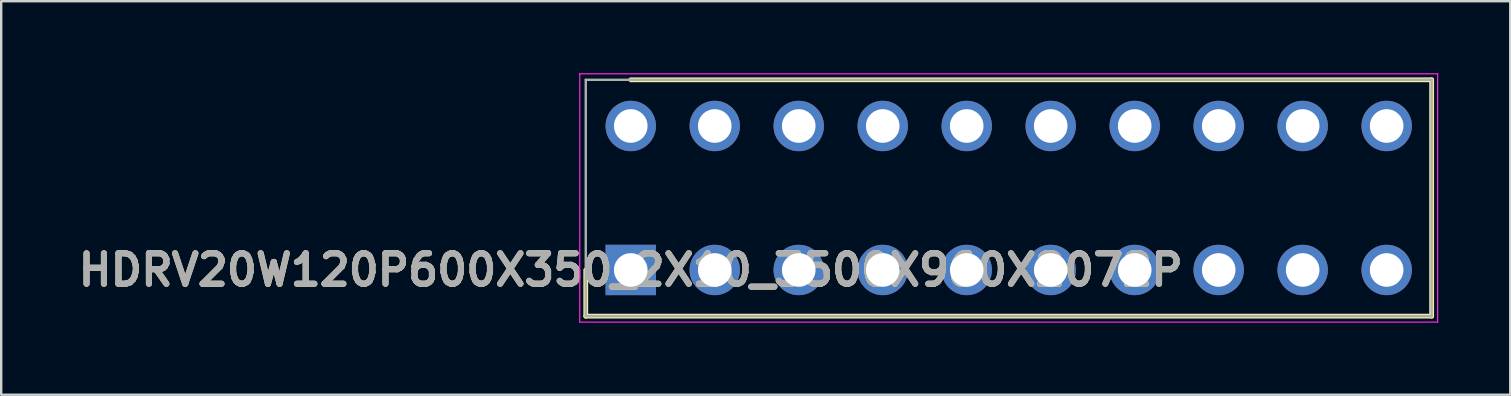
<source format=kicad_pcb>
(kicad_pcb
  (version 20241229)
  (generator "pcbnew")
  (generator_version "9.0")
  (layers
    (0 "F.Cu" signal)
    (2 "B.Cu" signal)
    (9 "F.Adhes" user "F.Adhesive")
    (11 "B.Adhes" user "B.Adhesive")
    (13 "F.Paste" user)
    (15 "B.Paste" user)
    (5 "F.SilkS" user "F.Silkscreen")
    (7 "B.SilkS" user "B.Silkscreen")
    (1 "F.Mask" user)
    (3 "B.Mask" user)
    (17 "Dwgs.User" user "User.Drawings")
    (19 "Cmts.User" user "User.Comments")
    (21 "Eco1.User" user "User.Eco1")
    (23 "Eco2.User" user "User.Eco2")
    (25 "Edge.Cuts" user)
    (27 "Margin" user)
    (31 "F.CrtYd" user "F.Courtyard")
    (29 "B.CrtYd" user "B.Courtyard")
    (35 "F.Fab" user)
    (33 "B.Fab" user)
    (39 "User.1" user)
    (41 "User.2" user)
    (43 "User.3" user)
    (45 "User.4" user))
  (footprint "HDRV20W120P600X350_2X10_3500X960X2072P"
    (layer "F.Cu")
    (at 23.235 8.2)
    (property "Reference" "HDRV20W120P600X350_2X10_3500X960X2072P" (at 0 0 0) (layer "F.SilkS") (effects (font (size 1.27 1.27) (thickness 0.254))))
    (attr through_hole)
    (fp_line (start -1.875 0) (end -1.875 1.925) (stroke (width 0.2) (type solid)) (layer "F.SilkS"))
    (fp_line (start -1.875 1.925) (end 33.375 1.925) (stroke (width 0.2) (type solid)) (layer "F.SilkS"))
    (fp_line (start 33.375 -7.925) (end 0 -7.925) (stroke (width 0.2) (type solid)) (layer "F.SilkS"))
    (fp_line (start 33.375 1.925) (end 33.375 -7.925) (stroke (width 0.2) (type solid)) (layer "F.SilkS"))
    (fp_line (start -2.125 -8.175) (end 33.625 -8.175) (stroke (width 0.05) (type solid)) (layer "F.CrtYd"))
    (fp_line (start -2.125 2.175) (end -2.125 -8.175) (stroke (width 0.05) (type solid)) (layer "F.CrtYd"))
    (fp_line (start 33.625 -8.175) (end 33.625 2.175) (stroke (width 0.05) (type solid)) (layer "F.CrtYd"))
    (fp_line (start 33.625 2.175) (end -2.125 2.175) (stroke (width 0.05) (type solid)) (layer "F.CrtYd"))
    (fp_line (start -1.875 -7.925) (end 33.375 -7.925) (stroke (width 0.1) (type solid)) (layer "F.Fab"))
    (fp_line (start -1.875 1.925) (end -1.875 -7.925) (stroke (width 0.1) (type solid)) (layer "F.Fab"))
    (fp_line (start 33.375 -7.925) (end 33.375 1.925) (stroke (width 0.1) (type solid)) (layer "F.Fab"))
    (fp_line (start 33.375 1.925) (end -1.875 1.925) (stroke (width 0.1) (type solid)) (layer "F.Fab"))
    (fp_text user "${REFERENCE}" (at 0 0 0) (layer "F.Fab") (effects (font (size 1.27 1.27) (thickness 0.254))))
    (pad "1" thru_hole rect (at 0 0) (size 2.1 2.1) (drill 1.4) (layers "*.Cu" "*.Mask"))
    (pad "2" thru_hole circle (at 0 -6) (size 2.1 2.1) (drill 1.4) (layers "*.Cu" "*.Mask"))
    (pad "3" thru_hole circle (at 3.5 0) (size 2.1 2.1) (drill 1.4) (layers "*.Cu" "*.Mask"))
    (pad "4" thru_hole circle (at 3.5 -6) (size 2.1 2.1) (drill 1.4) (layers "*.Cu" "*.Mask"))
    (pad "5" thru_hole circle (at 7 0) (size 2.1 2.1) (drill 1.4) (layers "*.Cu" "*.Mask"))
    (pad "6" thru_hole circle (at 7 -6) (size 2.1 2.1) (drill 1.4) (layers "*.Cu" "*.Mask"))
    (pad "7" thru_hole circle (at 10.5 0) (size 2.1 2.1) (drill 1.4) (layers "*.Cu" "*.Mask"))
    (pad "8" thru_hole circle (at 10.5 -6) (size 2.1 2.1) (drill 1.4) (layers "*.Cu" "*.Mask"))
    (pad "9" thru_hole circle (at 14 0) (size 2.1 2.1) (drill 1.4) (layers "*.Cu" "*.Mask"))
    (pad "10" thru_hole circle (at 14 -6) (size 2.1 2.1) (drill 1.4) (layers "*.Cu" "*.Mask"))
    (pad "11" thru_hole circle (at 17.5 0) (size 2.1 2.1) (drill 1.4) (layers "*.Cu" "*.Mask"))
    (pad "12" thru_hole circle (at 17.5 -6) (size 2.1 2.1) (drill 1.4) (layers "*.Cu" "*.Mask"))
    (pad "13" thru_hole circle (at 21 0) (size 2.1 2.1) (drill 1.4) (layers "*.Cu" "*.Mask"))
    (pad "14" thru_hole circle (at 21 -6) (size 2.1 2.1) (drill 1.4) (layers "*.Cu" "*.Mask"))
    (pad "15" thru_hole circle (at 24.5 0) (size 2.1 2.1) (drill 1.4) (layers "*.Cu" "*.Mask"))
    (pad "16" thru_hole circle (at 24.5 -6) (size 2.1 2.1) (drill 1.4) (layers "*.Cu" "*.Mask"))
    (pad "17" thru_hole circle (at 28 0) (size 2.1 2.1) (drill 1.4) (layers "*.Cu" "*.Mask"))
    (pad "18" thru_hole circle (at 28 -6) (size 2.1 2.1) (drill 1.4) (layers "*.Cu" "*.Mask"))
    (pad "19" thru_hole circle (at 31.5 0) (size 2.1 2.1) (drill 1.4) (layers "*.Cu" "*.Mask"))
    (pad "20" thru_hole circle (at 31.5 -6) (size 2.1 2.1) (drill 1.4) (layers "*.Cu" "*.Mask")))
  (gr_rect
    (start -3 -3)
    (end 59.885 13.4)
    (stroke (width 0.1) (type default))
    (fill no)
    (layer "Edge.Cuts")))
</source>
